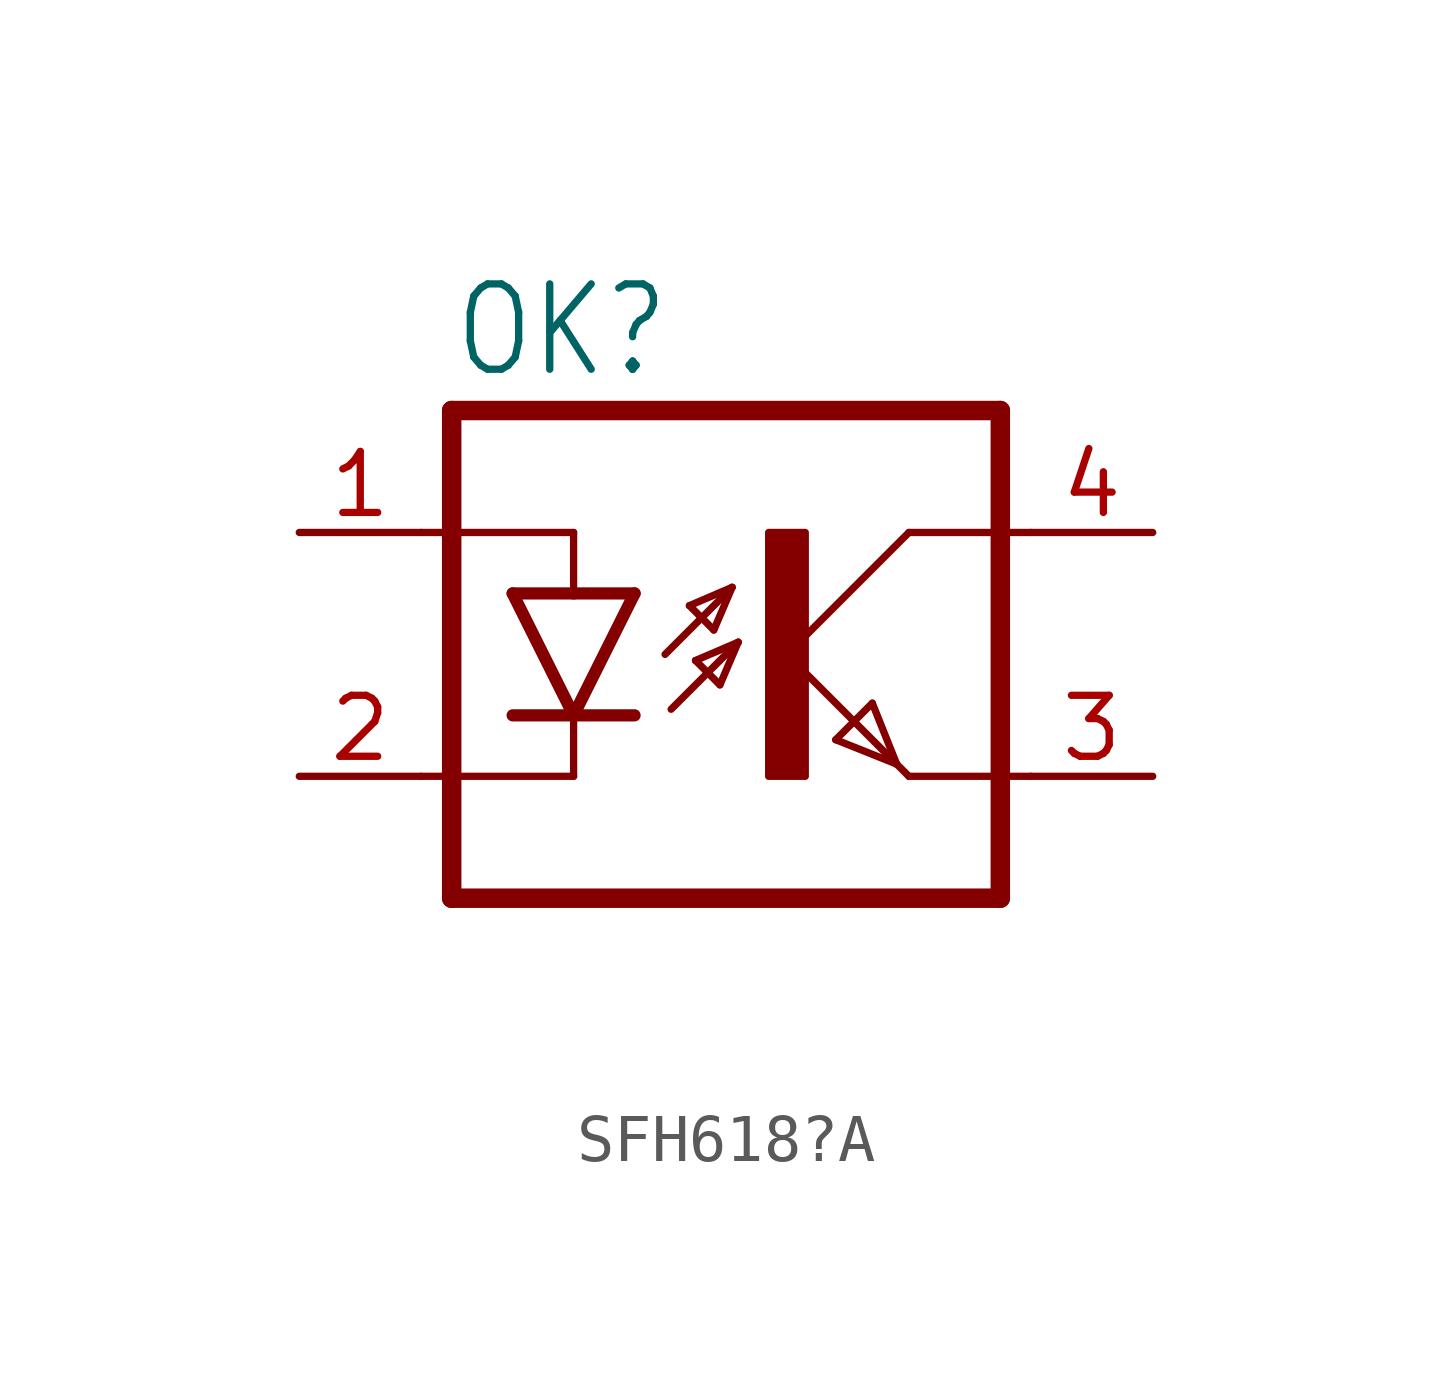
<source format=kicad_sym>
(kicad_symbol_lib
  (version 20220914)
  (generator kicad_symbol_editor)
  (symbol "SFH618?A"
    (property "Reference" "OK"
      (at -6.985 5.715 0)
      (effects (font (size 1.778 1.511)) (justify left bottom)))
    (property "Value" ""
      (at -6.985 -7.62 0)
      (effects (font (size 1.778 1.511)) (justify left bottom)))
    (property "ki_locked" ""
      (at 0 0 0)
      (effects (font (size 1.27 1.27))))
    (symbol "SFH618?A_1_0"
      (rectangle (start -0.381 -2.54) (end 0.381 2.54) (stroke (width 0) (type default)) (fill (type outline)))
      (polyline (pts (xy -6.985 -5.08) (xy 4.445 -5.08)) (stroke (width 0.406) (type solid)) (fill (type none)))
      (polyline (pts (xy -6.985 5.08) (xy -6.985 -5.08)) (stroke (width 0.406) (type solid)) (fill (type none)))
      (polyline (pts (xy -6.985 5.08) (xy 4.445 5.08)) (stroke (width 0.406) (type solid)) (fill (type none)))
      (polyline (pts (xy -4.445 -2.54) (xy -7.62 -2.54)) (stroke (width 0.152) (type solid)) (fill (type none)))
      (polyline (pts (xy -4.445 -1.27) (xy -5.715 -1.27)) (stroke (width 0.254) (type solid)) (fill (type none)))
      (polyline (pts (xy -4.445 -1.27) (xy -5.715 1.27)) (stroke (width 0.254) (type solid)) (fill (type none)))
      (polyline (pts (xy -4.445 -1.27) (xy -4.445 -2.54)) (stroke (width 0.152) (type solid)) (fill (type none)))
      (polyline (pts (xy -4.445 1.27) (xy -5.715 1.27)) (stroke (width 0.254) (type solid)) (fill (type none)))
      (polyline (pts (xy -4.445 2.54) (xy -7.62 2.54)) (stroke (width 0.152) (type solid)) (fill (type none)))
      (polyline (pts (xy -4.445 2.54) (xy -4.445 1.27)) (stroke (width 0.152) (type solid)) (fill (type none)))
      (polyline (pts (xy -3.175 -1.27) (xy -4.445 -1.27)) (stroke (width 0.254) (type solid)) (fill (type none)))
      (polyline (pts (xy -3.175 1.27) (xy -4.445 -1.27)) (stroke (width 0.254) (type solid)) (fill (type none)))
      (polyline (pts (xy -3.175 1.27) (xy -4.445 1.27)) (stroke (width 0.254) (type solid)) (fill (type none)))
      (polyline (pts (xy -2.54 0) (xy -1.143 1.397)) (stroke (width 0.152) (type solid)) (fill (type none)))
      (polyline (pts (xy -2.413 -1.143) (xy -1.016 0.254)) (stroke (width 0.152) (type solid)) (fill (type none)))
      (polyline (pts (xy -2.032 1.016) (xy -1.524 0.508)) (stroke (width 0.152) (type solid)) (fill (type none)))
      (polyline (pts (xy -1.905 -0.127) (xy -1.397 -0.635)) (stroke (width 0.152) (type solid)) (fill (type none)))
      (polyline (pts (xy -1.524 0.508) (xy -1.143 1.397)) (stroke (width 0.152) (type solid)) (fill (type none)))
      (polyline (pts (xy -1.397 -0.635) (xy -1.016 0.254)) (stroke (width 0.152) (type solid)) (fill (type none)))
      (polyline (pts (xy -1.143 1.397) (xy -2.032 1.016)) (stroke (width 0.152) (type solid)) (fill (type none)))
      (polyline (pts (xy -1.016 0.254) (xy -1.905 -0.127)) (stroke (width 0.152) (type solid)) (fill (type none)))
      (polyline (pts (xy 0 0) (xy 2.286 -2.286)) (stroke (width 0.152) (type solid)) (fill (type none)))
      (polyline (pts (xy 1.016 -1.778) (xy 1.778 -1.016)) (stroke (width 0.152) (type solid)) (fill (type none)))
      (polyline (pts (xy 1.778 -1.016) (xy 2.286 -2.286)) (stroke (width 0.152) (type solid)) (fill (type none)))
      (polyline (pts (xy 2.286 -2.286) (xy 1.016 -1.778)) (stroke (width 0.152) (type solid)) (fill (type none)))
      (polyline (pts (xy 2.286 -2.286) (xy 2.54 -2.54)) (stroke (width 0.152) (type solid)) (fill (type none)))
      (polyline (pts (xy 2.54 -2.54) (xy 5.08 -2.54)) (stroke (width 0.152) (type solid)) (fill (type none)))
      (polyline (pts (xy 2.54 2.54) (xy 0 0)) (stroke (width 0.152) (type solid)) (fill (type none)))
      (polyline (pts (xy 2.54 2.54) (xy 5.08 2.54)) (stroke (width 0.152) (type solid)) (fill (type none)))
      (polyline (pts (xy 4.445 5.08) (xy 4.445 -5.08)) (stroke (width 0.406) (type solid)) (fill (type none)))
      (pin passive line (at -10.16 2.54 0) (length 2.54) (name "A" (effects (font (size 0 0)))) (number "1" (effects (font (size 1.27 1.27)))))
      (pin passive line (at -10.16 -2.54 0) (length 2.54) (name "C" (effects (font (size 0 0)))) (number "2" (effects (font (size 1.27 1.27)))))
      (pin passive line (at 7.62 -2.54 180) (length 2.54) (name "EMIT" (effects (font (size 0 0)))) (number "3" (effects (font (size 1.27 1.27)))))
      (pin passive line (at 7.62 2.54 180) (length 2.54) (name "COL" (effects (font (size 0 0)))) (number "4" (effects (font (size 1.27 1.27))))))))
</source>
